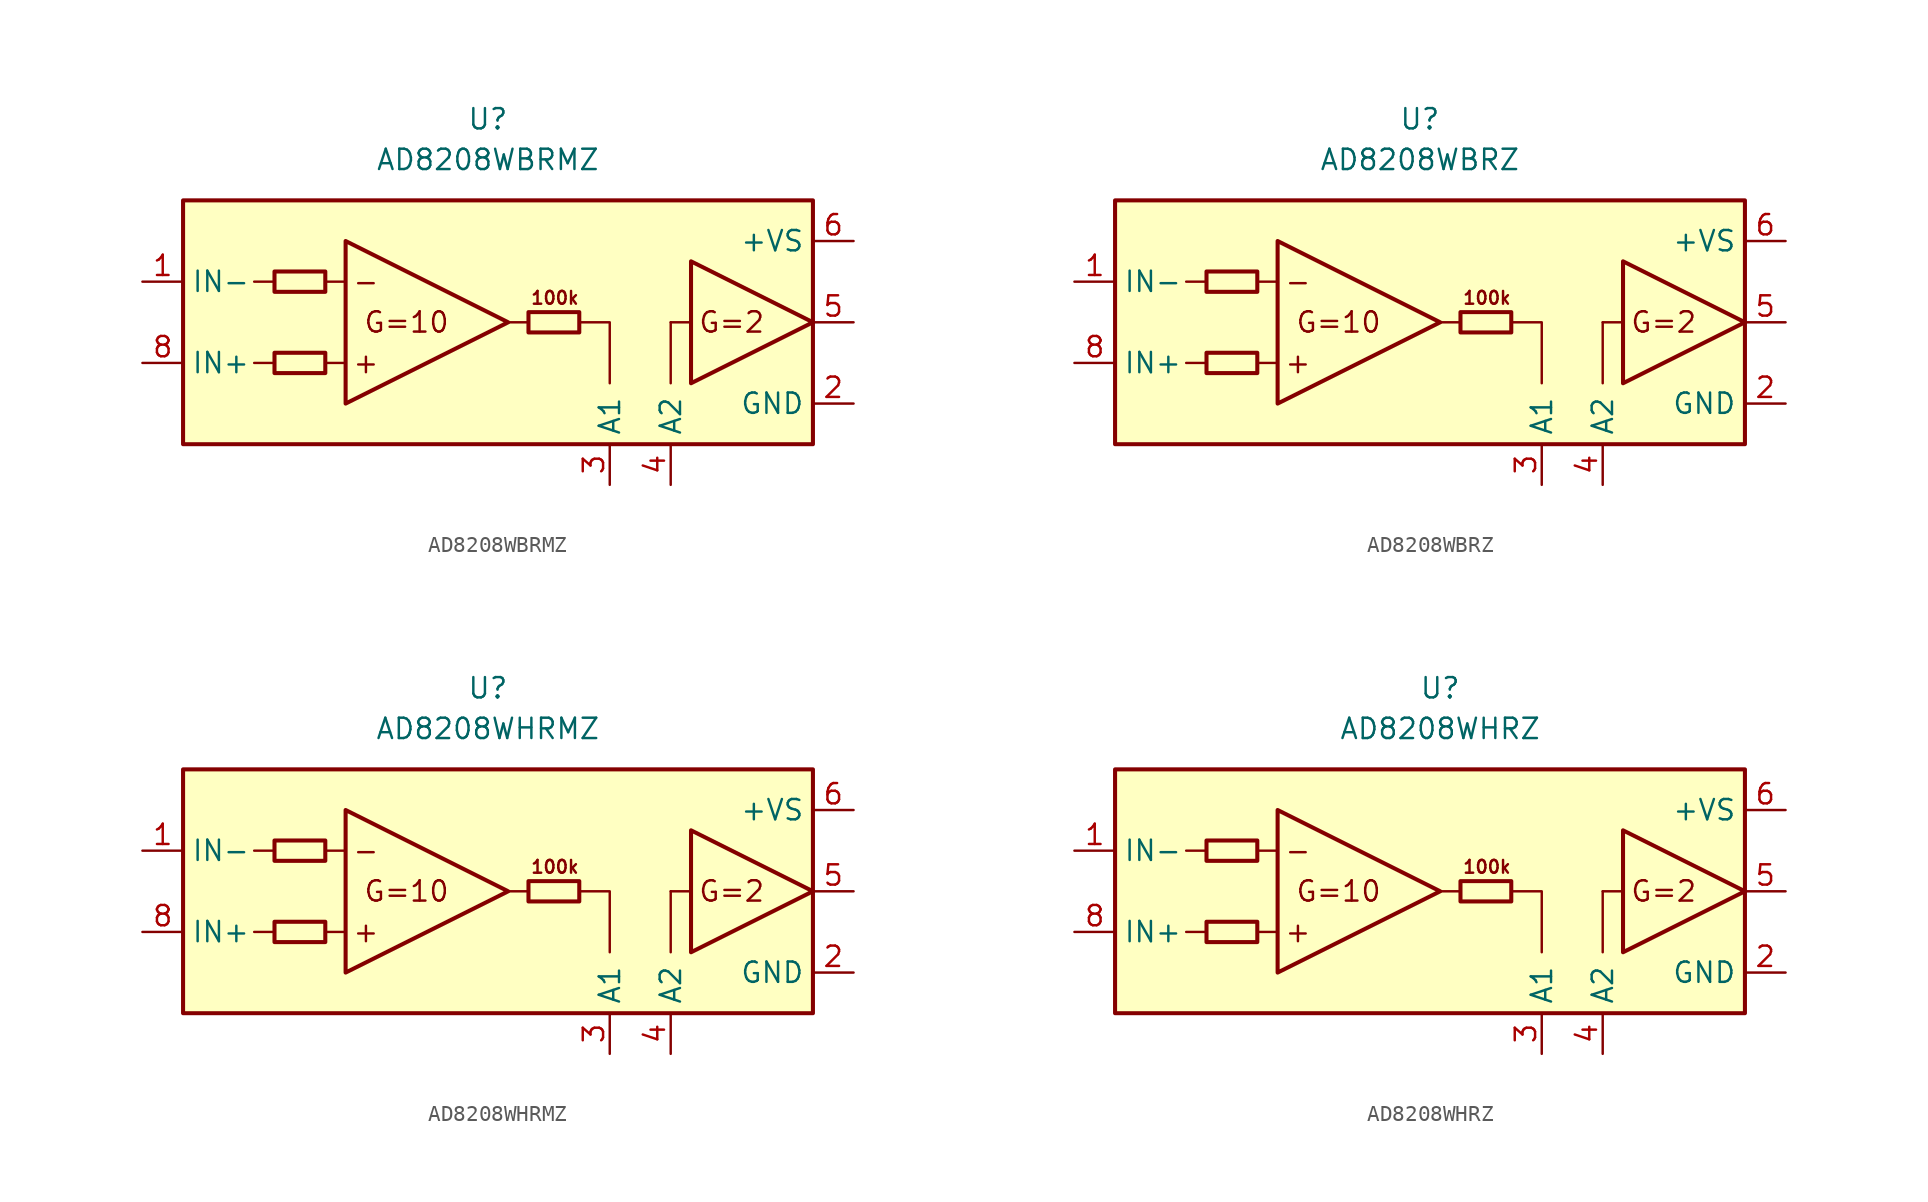
<source format=kicad_sym>
(kicad_symbol_lib
  (version 20211014)
  (generator kicad_symbol_editor)
  (symbol "AD8208WBRMZ"
    (property "Reference" "U"
      (at 0 15.24 0)
      (effects (font (size 1.27 1.27))))
    (property "Value" "AD8208WBRMZ"
      (at 0 12.7 0)
      (effects (font (size 1.27 1.27))))
    (symbol "AD8208WBRMZ_0_0"
      (polyline (pts (xy -8.89 0) (xy -10.16 0)) (stroke (width 0.152) (type default) (color 0 0 0 0)) (fill (type none)))
      (polyline (pts (xy -8.89 5.08) (xy -10.16 5.08)) (stroke (width 0.152) (type default) (color 0 0 0 0)) (fill (type none)))
      (polyline (pts (xy 12.7 2.54) (xy 11.43 2.54)) (stroke (width 0.152) (type default) (color 0 0 0 0)) (fill (type none)))
      (text "+" (at -7.62 0 0) (effects (font (size 1.27 1.27))))
      (text "-" (at -7.62 5.08 0) (effects (font (size 1.27 1.27))))
      (text "100k" (at 4.191 4.064 0) (effects (font (size 0.8 0.8))))
      (text "G=10" (at -5.08 2.54 0) (effects (font (size 1.27 1.27))))
      (text "G=2" (at 15.24 2.54 0) (effects (font (size 1.27 1.27)))))
    (symbol "AD8208WBRMZ_0_1"
      (rectangle (start -19.05 10.16) (end 20.32 -5.08) (stroke (width 0.254) (type default) (color 0 0 0 0)) (fill (type background)))
      (rectangle (start -13.335 0.635) (end -10.16 -0.635) (stroke (width 0.254) (type default) (color 0 0 0 0)) (fill (type none)))
      (rectangle (start -13.335 5.715) (end -10.16 4.445) (stroke (width 0.254) (type default) (color 0 0 0 0)) (fill (type none)))
      (polyline (pts (xy -13.335 0) (xy -14.605 0)) (stroke (width 0.152) (type default) (color 0 0 0 0)) (fill (type none)))
      (polyline (pts (xy -13.335 5.08) (xy -14.605 5.08)) (stroke (width 0.152) (type default) (color 0 0 0 0)) (fill (type none)))
      (polyline (pts (xy 2.54 2.54) (xy 1.27 2.54)) (stroke (width 0.152) (type default) (color 0 0 0 0)) (fill (type none)))
      (polyline (pts (xy 11.43 2.54) (xy 11.43 -1.27)) (stroke (width 0.152) (type default) (color 0 0 0 0)) (fill (type none)))
      (polyline (pts (xy 5.715 2.54) (xy 7.62 2.54) (xy 7.62 -1.27)) (stroke (width 0.152) (type default) (color 0 0 0 0)) (fill (type none)))
      (polyline (pts (xy -8.89 7.62) (xy -8.89 -2.54) (xy 1.27 2.54) (xy -8.89 7.62)) (stroke (width 0.254) (type default) (color 0 0 0 0)) (fill (type none)))
      (polyline (pts (xy 12.7 6.35) (xy 12.7 -1.27) (xy 20.32 2.54) (xy 12.7 6.35)) (stroke (width 0.254) (type default) (color 0 0 0 0)) (fill (type none)))
      (rectangle (start 2.54 3.175) (end 5.715 1.905) (stroke (width 0.254) (type default) (color 0 0 0 0)) (fill (type none))))
    (symbol "AD8208WBRMZ_1_1"
      (pin input line (at -21.59 5.08 0) (length 2.54) (name "IN-" (effects (font (size 1.27 1.27)))) (number "1" (effects (font (size 1.27 1.27)))))
      (pin power_in line (at 22.86 -2.54 180) (length 2.54) (name "GND" (effects (font (size 1.27 1.27)))) (number "2" (effects (font (size 1.27 1.27)))))
      (pin passive line (at 7.62 -7.62 90) (length 2.54) (name "A1" (effects (font (size 1.27 1.27)))) (number "3" (effects (font (size 1.27 1.27)))))
      (pin passive line (at 11.43 -7.62 90) (length 2.54) (name "A2" (effects (font (size 1.27 1.27)))) (number "4" (effects (font (size 1.27 1.27)))))
      (pin output line (at 22.86 2.54 180) (length 2.54) (name "~" (effects (font (size 1.27 1.27)))) (number "5" (effects (font (size 1.27 1.27)))))
      (pin power_in line (at 22.86 7.62 180) (length 2.54) (name "+VS" (effects (font (size 1.27 1.27)))) (number "6" (effects (font (size 1.27 1.27)))))
      (pin no_connect line (at 2.54 -3.81 0) (length 2.54) hide (name "NC" (effects (font (size 1.27 1.27)))) (number "7" (effects (font (size 1.27 1.27)))))
      (pin input line (at -21.59 0 0) (length 2.54) (name "IN+" (effects (font (size 1.27 1.27)))) (number "8" (effects (font (size 1.27 1.27)))))))
  (symbol "AD8208WBRZ"
    (property "Reference" "U"
      (at 0 15.24 0)
      (effects (font (size 1.27 1.27))))
    (property "Value" "AD8208WBRZ"
      (at 0 12.7 0)
      (effects (font (size 1.27 1.27))))
    (symbol "AD8208WBRZ_0_0"
      (polyline (pts (xy -8.89 0) (xy -10.16 0)) (stroke (width 0.152) (type default) (color 0 0 0 0)) (fill (type none)))
      (polyline (pts (xy -8.89 5.08) (xy -10.16 5.08)) (stroke (width 0.152) (type default) (color 0 0 0 0)) (fill (type none)))
      (polyline (pts (xy 12.7 2.54) (xy 11.43 2.54)) (stroke (width 0.152) (type default) (color 0 0 0 0)) (fill (type none)))
      (text "+" (at -7.62 0 0) (effects (font (size 1.27 1.27))))
      (text "-" (at -7.62 5.08 0) (effects (font (size 1.27 1.27))))
      (text "100k" (at 4.191 4.064 0) (effects (font (size 0.8 0.8))))
      (text "G=10" (at -5.08 2.54 0) (effects (font (size 1.27 1.27))))
      (text "G=2" (at 15.24 2.54 0) (effects (font (size 1.27 1.27)))))
    (symbol "AD8208WBRZ_0_1"
      (rectangle (start -19.05 10.16) (end 20.32 -5.08) (stroke (width 0.254) (type default) (color 0 0 0 0)) (fill (type background)))
      (rectangle (start -13.335 0.635) (end -10.16 -0.635) (stroke (width 0.254) (type default) (color 0 0 0 0)) (fill (type none)))
      (rectangle (start -13.335 5.715) (end -10.16 4.445) (stroke (width 0.254) (type default) (color 0 0 0 0)) (fill (type none)))
      (polyline (pts (xy -13.335 0) (xy -14.605 0)) (stroke (width 0.152) (type default) (color 0 0 0 0)) (fill (type none)))
      (polyline (pts (xy -13.335 5.08) (xy -14.605 5.08)) (stroke (width 0.152) (type default) (color 0 0 0 0)) (fill (type none)))
      (polyline (pts (xy 2.54 2.54) (xy 1.27 2.54)) (stroke (width 0.152) (type default) (color 0 0 0 0)) (fill (type none)))
      (polyline (pts (xy 11.43 2.54) (xy 11.43 -1.27)) (stroke (width 0.152) (type default) (color 0 0 0 0)) (fill (type none)))
      (polyline (pts (xy 5.715 2.54) (xy 7.62 2.54) (xy 7.62 -1.27)) (stroke (width 0.152) (type default) (color 0 0 0 0)) (fill (type none)))
      (polyline (pts (xy -8.89 7.62) (xy -8.89 -2.54) (xy 1.27 2.54) (xy -8.89 7.62)) (stroke (width 0.254) (type default) (color 0 0 0 0)) (fill (type none)))
      (polyline (pts (xy 12.7 6.35) (xy 12.7 -1.27) (xy 20.32 2.54) (xy 12.7 6.35)) (stroke (width 0.254) (type default) (color 0 0 0 0)) (fill (type none)))
      (rectangle (start 2.54 3.175) (end 5.715 1.905) (stroke (width 0.254) (type default) (color 0 0 0 0)) (fill (type none))))
    (symbol "AD8208WBRZ_1_1"
      (pin input line (at -21.59 5.08 0) (length 2.54) (name "IN-" (effects (font (size 1.27 1.27)))) (number "1" (effects (font (size 1.27 1.27)))))
      (pin power_in line (at 22.86 -2.54 180) (length 2.54) (name "GND" (effects (font (size 1.27 1.27)))) (number "2" (effects (font (size 1.27 1.27)))))
      (pin passive line (at 7.62 -7.62 90) (length 2.54) (name "A1" (effects (font (size 1.27 1.27)))) (number "3" (effects (font (size 1.27 1.27)))))
      (pin passive line (at 11.43 -7.62 90) (length 2.54) (name "A2" (effects (font (size 1.27 1.27)))) (number "4" (effects (font (size 1.27 1.27)))))
      (pin output line (at 22.86 2.54 180) (length 2.54) (name "~" (effects (font (size 1.27 1.27)))) (number "5" (effects (font (size 1.27 1.27)))))
      (pin power_in line (at 22.86 7.62 180) (length 2.54) (name "+VS" (effects (font (size 1.27 1.27)))) (number "6" (effects (font (size 1.27 1.27)))))
      (pin no_connect line (at 3.81 -3.81 0) (length 2.54) hide (name "NC" (effects (font (size 1.27 1.27)))) (number "7" (effects (font (size 1.27 1.27)))))
      (pin input line (at -21.59 0 0) (length 2.54) (name "IN+" (effects (font (size 1.27 1.27)))) (number "8" (effects (font (size 1.27 1.27)))))))
  (symbol "AD8208WHRMZ"
    (property "Reference" "U"
      (at 0 15.24 0)
      (effects (font (size 1.27 1.27))))
    (property "Value" "AD8208WHRMZ"
      (at 0 12.7 0)
      (effects (font (size 1.27 1.27))))
    (symbol "AD8208WHRMZ_0_0"
      (polyline (pts (xy -8.89 0) (xy -10.16 0)) (stroke (width 0.152) (type default) (color 0 0 0 0)) (fill (type none)))
      (polyline (pts (xy -8.89 5.08) (xy -10.16 5.08)) (stroke (width 0.152) (type default) (color 0 0 0 0)) (fill (type none)))
      (polyline (pts (xy 12.7 2.54) (xy 11.43 2.54)) (stroke (width 0.152) (type default) (color 0 0 0 0)) (fill (type none)))
      (text "+" (at -7.62 0 0) (effects (font (size 1.27 1.27))))
      (text "-" (at -7.62 5.08 0) (effects (font (size 1.27 1.27))))
      (text "100k" (at 4.191 4.064 0) (effects (font (size 0.8 0.8))))
      (text "G=10" (at -5.08 2.54 0) (effects (font (size 1.27 1.27))))
      (text "G=2" (at 15.24 2.54 0) (effects (font (size 1.27 1.27)))))
    (symbol "AD8208WHRMZ_0_1"
      (rectangle (start -19.05 10.16) (end 20.32 -5.08) (stroke (width 0.254) (type default) (color 0 0 0 0)) (fill (type background)))
      (rectangle (start -13.335 0.635) (end -10.16 -0.635) (stroke (width 0.254) (type default) (color 0 0 0 0)) (fill (type none)))
      (rectangle (start -13.335 5.715) (end -10.16 4.445) (stroke (width 0.254) (type default) (color 0 0 0 0)) (fill (type none)))
      (polyline (pts (xy -13.335 0) (xy -14.605 0)) (stroke (width 0.152) (type default) (color 0 0 0 0)) (fill (type none)))
      (polyline (pts (xy -13.335 5.08) (xy -14.605 5.08)) (stroke (width 0.152) (type default) (color 0 0 0 0)) (fill (type none)))
      (polyline (pts (xy 2.54 2.54) (xy 1.27 2.54)) (stroke (width 0.152) (type default) (color 0 0 0 0)) (fill (type none)))
      (polyline (pts (xy 11.43 2.54) (xy 11.43 -1.27)) (stroke (width 0.152) (type default) (color 0 0 0 0)) (fill (type none)))
      (polyline (pts (xy 5.715 2.54) (xy 7.62 2.54) (xy 7.62 -1.27)) (stroke (width 0.152) (type default) (color 0 0 0 0)) (fill (type none)))
      (polyline (pts (xy -8.89 7.62) (xy -8.89 -2.54) (xy 1.27 2.54) (xy -8.89 7.62)) (stroke (width 0.254) (type default) (color 0 0 0 0)) (fill (type none)))
      (polyline (pts (xy 12.7 6.35) (xy 12.7 -1.27) (xy 20.32 2.54) (xy 12.7 6.35)) (stroke (width 0.254) (type default) (color 0 0 0 0)) (fill (type none)))
      (rectangle (start 2.54 3.175) (end 5.715 1.905) (stroke (width 0.254) (type default) (color 0 0 0 0)) (fill (type none))))
    (symbol "AD8208WHRMZ_1_1"
      (pin input line (at -21.59 5.08 0) (length 2.54) (name "IN-" (effects (font (size 1.27 1.27)))) (number "1" (effects (font (size 1.27 1.27)))))
      (pin power_in line (at 22.86 -2.54 180) (length 2.54) (name "GND" (effects (font (size 1.27 1.27)))) (number "2" (effects (font (size 1.27 1.27)))))
      (pin passive line (at 7.62 -7.62 90) (length 2.54) (name "A1" (effects (font (size 1.27 1.27)))) (number "3" (effects (font (size 1.27 1.27)))))
      (pin passive line (at 11.43 -7.62 90) (length 2.54) (name "A2" (effects (font (size 1.27 1.27)))) (number "4" (effects (font (size 1.27 1.27)))))
      (pin output line (at 22.86 2.54 180) (length 2.54) (name "~" (effects (font (size 1.27 1.27)))) (number "5" (effects (font (size 1.27 1.27)))))
      (pin power_in line (at 22.86 7.62 180) (length 2.54) (name "+VS" (effects (font (size 1.27 1.27)))) (number "6" (effects (font (size 1.27 1.27)))))
      (pin no_connect line (at 2.54 -3.81 0) (length 2.54) hide (name "NC" (effects (font (size 1.27 1.27)))) (number "7" (effects (font (size 1.27 1.27)))))
      (pin input line (at -21.59 0 0) (length 2.54) (name "IN+" (effects (font (size 1.27 1.27)))) (number "8" (effects (font (size 1.27 1.27)))))))
  (symbol "AD8208WHRZ"
    (property "Reference" "U"
      (at 0 15.24 0)
      (effects (font (size 1.27 1.27))))
    (property "Value" "AD8208WHRZ"
      (at 0 12.7 0)
      (effects (font (size 1.27 1.27))))
    (symbol "AD8208WHRZ_0_0"
      (polyline (pts (xy -10.16 0) (xy -11.43 0)) (stroke (width 0.152) (type default) (color 0 0 0 0)) (fill (type none)))
      (polyline (pts (xy -10.16 5.08) (xy -11.43 5.08)) (stroke (width 0.152) (type default) (color 0 0 0 0)) (fill (type none)))
      (polyline (pts (xy 11.43 2.54) (xy 10.16 2.54)) (stroke (width 0.152) (type default) (color 0 0 0 0)) (fill (type none)))
      (text "+" (at -8.89 0 0) (effects (font (size 1.27 1.27))))
      (text "-" (at -8.89 5.08 0) (effects (font (size 1.27 1.27))))
      (text "100k" (at 2.921 4.064 0) (effects (font (size 0.8 0.8))))
      (text "G=10" (at -6.35 2.54 0) (effects (font (size 1.27 1.27))))
      (text "G=2" (at 13.97 2.54 0) (effects (font (size 1.27 1.27)))))
    (symbol "AD8208WHRZ_0_1"
      (rectangle (start -20.32 10.16) (end 19.05 -5.08) (stroke (width 0.254) (type default) (color 0 0 0 0)) (fill (type background)))
      (rectangle (start -14.605 0.635) (end -11.43 -0.635) (stroke (width 0.254) (type default) (color 0 0 0 0)) (fill (type none)))
      (rectangle (start -14.605 5.715) (end -11.43 4.445) (stroke (width 0.254) (type default) (color 0 0 0 0)) (fill (type none)))
      (polyline (pts (xy -14.605 0) (xy -15.875 0)) (stroke (width 0.152) (type default) (color 0 0 0 0)) (fill (type none)))
      (polyline (pts (xy -14.605 5.08) (xy -15.875 5.08)) (stroke (width 0.152) (type default) (color 0 0 0 0)) (fill (type none)))
      (polyline (pts (xy 1.27 2.54) (xy 0 2.54)) (stroke (width 0.152) (type default) (color 0 0 0 0)) (fill (type none)))
      (polyline (pts (xy 10.16 2.54) (xy 10.16 -1.27)) (stroke (width 0.152) (type default) (color 0 0 0 0)) (fill (type none)))
      (polyline (pts (xy 4.445 2.54) (xy 6.35 2.54) (xy 6.35 -1.27)) (stroke (width 0.152) (type default) (color 0 0 0 0)) (fill (type none)))
      (polyline (pts (xy -10.16 7.62) (xy -10.16 -2.54) (xy 0 2.54) (xy -10.16 7.62)) (stroke (width 0.254) (type default) (color 0 0 0 0)) (fill (type none)))
      (polyline (pts (xy 11.43 6.35) (xy 11.43 -1.27) (xy 19.05 2.54) (xy 11.43 6.35)) (stroke (width 0.254) (type default) (color 0 0 0 0)) (fill (type none)))
      (rectangle (start 1.27 3.175) (end 4.445 1.905) (stroke (width 0.254) (type default) (color 0 0 0 0)) (fill (type none))))
    (symbol "AD8208WHRZ_1_1"
      (pin input line (at -22.86 5.08 0) (length 2.54) (name "IN-" (effects (font (size 1.27 1.27)))) (number "1" (effects (font (size 1.27 1.27)))))
      (pin power_in line (at 21.59 -2.54 180) (length 2.54) (name "GND" (effects (font (size 1.27 1.27)))) (number "2" (effects (font (size 1.27 1.27)))))
      (pin passive line (at 6.35 -7.62 90) (length 2.54) (name "A1" (effects (font (size 1.27 1.27)))) (number "3" (effects (font (size 1.27 1.27)))))
      (pin passive line (at 10.16 -7.62 90) (length 2.54) (name "A2" (effects (font (size 1.27 1.27)))) (number "4" (effects (font (size 1.27 1.27)))))
      (pin output line (at 21.59 2.54 180) (length 2.54) (name "~" (effects (font (size 1.27 1.27)))) (number "5" (effects (font (size 1.27 1.27)))))
      (pin power_in line (at 21.59 7.62 180) (length 2.54) (name "+VS" (effects (font (size 1.27 1.27)))) (number "6" (effects (font (size 1.27 1.27)))))
      (pin no_connect line (at 1.27 -3.81 0) (length 2.54) hide (name "NC" (effects (font (size 1.27 1.27)))) (number "7" (effects (font (size 1.27 1.27)))))
      (pin input line (at -22.86 0 0) (length 2.54) (name "IN+" (effects (font (size 1.27 1.27)))) (number "8" (effects (font (size 1.27 1.27))))))))
</source>
